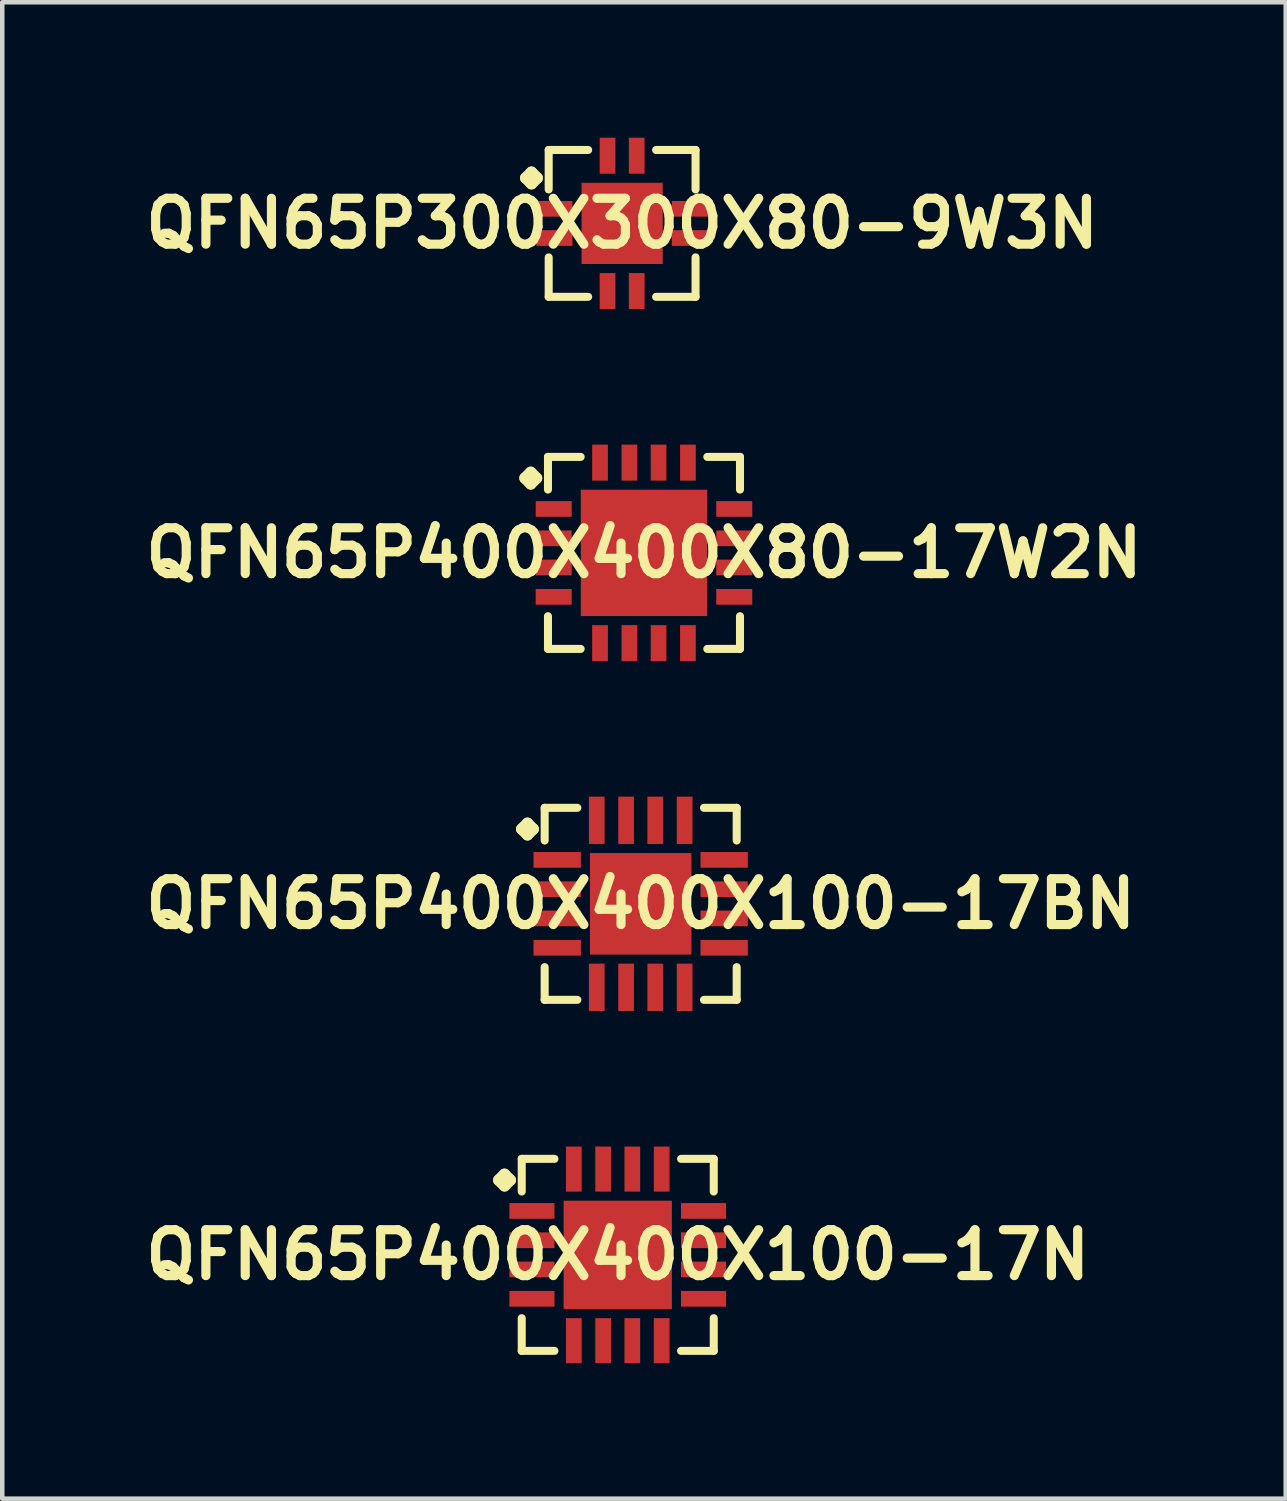
<source format=kicad_pcb>
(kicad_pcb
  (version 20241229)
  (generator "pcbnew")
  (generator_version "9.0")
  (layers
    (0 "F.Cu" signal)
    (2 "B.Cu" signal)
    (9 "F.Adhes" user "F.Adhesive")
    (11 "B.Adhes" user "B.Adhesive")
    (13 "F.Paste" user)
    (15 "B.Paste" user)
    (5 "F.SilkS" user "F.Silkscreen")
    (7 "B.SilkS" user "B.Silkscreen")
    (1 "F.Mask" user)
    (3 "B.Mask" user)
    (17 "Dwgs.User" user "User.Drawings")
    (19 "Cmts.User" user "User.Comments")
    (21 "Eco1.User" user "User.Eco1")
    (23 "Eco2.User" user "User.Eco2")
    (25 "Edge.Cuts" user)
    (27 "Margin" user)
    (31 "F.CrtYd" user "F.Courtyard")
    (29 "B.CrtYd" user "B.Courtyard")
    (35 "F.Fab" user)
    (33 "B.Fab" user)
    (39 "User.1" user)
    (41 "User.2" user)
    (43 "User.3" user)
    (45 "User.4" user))
  (footprint "QFN65P300X300X80-9W3N"
    (layer "F.Cu")
    (at 10.726 1.897)
    (property "Reference" "QFN65P300X300X80-9W3N" (at 0 0 0) (layer "F.SilkS") (effects (font (size 1.016 1.016) (thickness 0.203))))
    (attr smd)
    (fp_line (start -2.134 -1.006) (end -2.007 -1.133) (stroke (width 0.254) (type solid)) (layer "F.SilkS"))
    (fp_line (start -2.007 -1.133) (end -1.88 -1.006) (stroke (width 0.254) (type solid)) (layer "F.SilkS"))
    (fp_line (start -2.007 -0.879) (end -2.134 -1.006) (stroke (width 0.254) (type solid)) (layer "F.SilkS"))
    (fp_line (start -1.88 -1.006) (end -2.007 -0.879) (stroke (width 0.254) (type solid)) (layer "F.SilkS"))
    (fp_line (start -1.626 -1.626) (end -0.752 -1.626) (stroke (width 0.178) (type solid)) (layer "F.SilkS"))
    (fp_line (start -1.626 -0.752) (end -1.626 -1.626) (stroke (width 0.178) (type solid)) (layer "F.SilkS"))
    (fp_line (start -1.626 0.752) (end -1.626 1.626) (stroke (width 0.178) (type solid)) (layer "F.SilkS"))
    (fp_line (start -1.626 1.626) (end -0.752 1.626) (stroke (width 0.178) (type solid)) (layer "F.SilkS"))
    (fp_line (start 0.752 -1.626) (end 1.626 -1.626) (stroke (width 0.178) (type solid)) (layer "F.SilkS"))
    (fp_line (start 0.752 1.626) (end 1.626 1.626) (stroke (width 0.178) (type solid)) (layer "F.SilkS"))
    (fp_line (start 1.626 -1.626) (end 1.626 -0.752) (stroke (width 0.178) (type solid)) (layer "F.SilkS"))
    (fp_line (start 1.626 1.626) (end 1.626 0.752) (stroke (width 0.178) (type solid)) (layer "F.SilkS"))
    (pad "1" smd rect (at -1.499 -0.323) (size 0.798 0.348) (layers "F.Cu" "F.Mask" "F.Paste"))
    (pad "2" smd rect (at -1.499 0.323) (size 0.798 0.348) (layers "F.Cu" "F.Mask" "F.Paste"))
    (pad "3" smd rect (at -0.323 1.499) (size 0.348 0.798) (layers "F.Cu" "F.Mask" "F.Paste"))
    (pad "4" smd rect (at 0.323 1.499) (size 0.348 0.798) (layers "F.Cu" "F.Mask" "F.Paste"))
    (pad "5" smd rect (at 1.499 0.323) (size 0.798 0.348) (layers "F.Cu" "F.Mask" "F.Paste"))
    (pad "6" smd rect (at 1.499 -0.323) (size 0.798 0.348) (layers "F.Cu" "F.Mask" "F.Paste"))
    (pad "7" smd rect (at 0.323 -1.499) (size 0.348 0.798) (layers "F.Cu" "F.Mask" "F.Paste"))
    (pad "8" smd rect (at -0.323 -1.499) (size 0.348 0.798) (layers "F.Cu" "F.Mask" "F.Paste"))
    (pad "9" smd rect (at 0 0) (size 1.798 1.798) (layers "F.Cu" "F.Mask" "F.Paste")))
  (footprint "QFN65P400X400X100-17BN"
    (layer "F.Cu")
    (at 11.137 16.964)
    (property "Reference" "QFN65P400X400X100-17BN" (at 0 0 0) (layer "F.SilkS") (effects (font (size 1.016 1.016) (thickness 0.203))))
    (attr smd)
    (fp_line (start -2.634 -1.656) (end -2.507 -1.783) (stroke (width 0.254) (type solid)) (layer "F.SilkS"))
    (fp_line (start -2.507 -1.783) (end -2.38 -1.656) (stroke (width 0.254) (type solid)) (layer "F.SilkS"))
    (fp_line (start -2.507 -1.529) (end -2.634 -1.656) (stroke (width 0.254) (type solid)) (layer "F.SilkS"))
    (fp_line (start -2.38 -1.656) (end -2.507 -1.529) (stroke (width 0.254) (type solid)) (layer "F.SilkS"))
    (fp_line (start -2.126 -2.126) (end -1.402 -2.126) (stroke (width 0.178) (type solid)) (layer "F.SilkS"))
    (fp_line (start -2.126 -1.402) (end -2.126 -2.126) (stroke (width 0.178) (type solid)) (layer "F.SilkS"))
    (fp_line (start -2.126 1.402) (end -2.126 2.126) (stroke (width 0.178) (type solid)) (layer "F.SilkS"))
    (fp_line (start -2.126 2.126) (end -1.402 2.126) (stroke (width 0.178) (type solid)) (layer "F.SilkS"))
    (fp_line (start 1.402 -2.126) (end 2.126 -2.126) (stroke (width 0.178) (type solid)) (layer "F.SilkS"))
    (fp_line (start 1.402 2.126) (end 2.126 2.126) (stroke (width 0.178) (type solid)) (layer "F.SilkS"))
    (fp_line (start 2.126 -2.126) (end 2.126 -1.402) (stroke (width 0.178) (type solid)) (layer "F.SilkS"))
    (fp_line (start 2.126 2.126) (end 2.126 1.402) (stroke (width 0.178) (type solid)) (layer "F.SilkS"))
    (pad "1" smd rect (at -1.849 -0.973) (size 1.049 0.348) (layers "F.Cu" "F.Mask" "F.Paste"))
    (pad "2" smd rect (at -1.849 -0.323) (size 1.049 0.348) (layers "F.Cu" "F.Mask" "F.Paste"))
    (pad "3" smd rect (at -1.849 0.323) (size 1.049 0.348) (layers "F.Cu" "F.Mask" "F.Paste"))
    (pad "4" smd rect (at -1.849 0.973) (size 1.049 0.348) (layers "F.Cu" "F.Mask" "F.Paste"))
    (pad "5" smd rect (at -0.973 1.849) (size 0.348 1.049) (layers "F.Cu" "F.Mask" "F.Paste"))
    (pad "6" smd rect (at -0.323 1.849) (size 0.348 1.049) (layers "F.Cu" "F.Mask" "F.Paste"))
    (pad "7" smd rect (at 0.323 1.849) (size 0.348 1.049) (layers "F.Cu" "F.Mask" "F.Paste"))
    (pad "8" smd rect (at 0.973 1.849) (size 0.348 1.049) (layers "F.Cu" "F.Mask" "F.Paste"))
    (pad "9" smd rect (at 1.849 0.973) (size 1.049 0.348) (layers "F.Cu" "F.Mask" "F.Paste"))
    (pad "10" smd rect (at 1.849 0.323) (size 1.049 0.348) (layers "F.Cu" "F.Mask" "F.Paste"))
    (pad "11" smd rect (at 1.849 -0.323) (size 1.049 0.348) (layers "F.Cu" "F.Mask" "F.Paste"))
    (pad "12" smd rect (at 1.849 -0.973) (size 1.049 0.348) (layers "F.Cu" "F.Mask" "F.Paste"))
    (pad "13" smd rect (at 0.973 -1.849) (size 0.348 1.049) (layers "F.Cu" "F.Mask" "F.Paste"))
    (pad "14" smd rect (at 0.323 -1.849) (size 0.348 1.049) (layers "F.Cu" "F.Mask" "F.Paste"))
    (pad "15" smd rect (at -0.323 -1.849) (size 0.348 1.049) (layers "F.Cu" "F.Mask" "F.Paste"))
    (pad "16" smd rect (at -0.973 -1.849) (size 0.348 1.049) (layers "F.Cu" "F.Mask" "F.Paste"))
    (pad "17" smd rect (at 0 0) (size 2.248 2.248) (layers "F.Cu" "F.Mask" "F.Paste")))
  (footprint "QFN65P400X400X100-17N"
    (layer "F.Cu")
    (at 10.629 24.737)
    (property "Reference" "QFN65P400X400X100-17N" (at 0 0 0) (layer "F.SilkS") (effects (font (size 1.016 1.016) (thickness 0.203))))
    (attr smd)
    (fp_line (start -2.634 -1.656) (end -2.507 -1.783) (stroke (width 0.254) (type solid)) (layer "F.SilkS"))
    (fp_line (start -2.507 -1.783) (end -2.38 -1.656) (stroke (width 0.254) (type solid)) (layer "F.SilkS"))
    (fp_line (start -2.507 -1.529) (end -2.634 -1.656) (stroke (width 0.254) (type solid)) (layer "F.SilkS"))
    (fp_line (start -2.38 -1.656) (end -2.507 -1.529) (stroke (width 0.254) (type solid)) (layer "F.SilkS"))
    (fp_line (start -2.126 -2.126) (end -1.402 -2.126) (stroke (width 0.178) (type solid)) (layer "F.SilkS"))
    (fp_line (start -2.126 -1.402) (end -2.126 -2.126) (stroke (width 0.178) (type solid)) (layer "F.SilkS"))
    (fp_line (start -2.126 1.402) (end -2.126 2.126) (stroke (width 0.178) (type solid)) (layer "F.SilkS"))
    (fp_line (start -2.126 2.126) (end -1.402 2.126) (stroke (width 0.178) (type solid)) (layer "F.SilkS"))
    (fp_line (start 1.402 -2.126) (end 2.126 -2.126) (stroke (width 0.178) (type solid)) (layer "F.SilkS"))
    (fp_line (start 1.402 2.126) (end 2.126 2.126) (stroke (width 0.178) (type solid)) (layer "F.SilkS"))
    (fp_line (start 2.126 -2.126) (end 2.126 -1.402) (stroke (width 0.178) (type solid)) (layer "F.SilkS"))
    (fp_line (start 2.126 2.126) (end 2.126 1.402) (stroke (width 0.178) (type solid)) (layer "F.SilkS"))
    (pad "1" smd rect (at -1.9 -0.973) (size 0.998 0.348) (layers "F.Cu" "F.Mask" "F.Paste"))
    (pad "2" smd rect (at -1.9 -0.323) (size 0.998 0.348) (layers "F.Cu" "F.Mask" "F.Paste"))
    (pad "3" smd rect (at -1.9 0.323) (size 0.998 0.348) (layers "F.Cu" "F.Mask" "F.Paste"))
    (pad "4" smd rect (at -1.9 0.973) (size 0.998 0.348) (layers "F.Cu" "F.Mask" "F.Paste"))
    (pad "5" smd rect (at -0.973 1.9) (size 0.348 0.998) (layers "F.Cu" "F.Mask" "F.Paste"))
    (pad "6" smd rect (at -0.323 1.9) (size 0.348 0.998) (layers "F.Cu" "F.Mask" "F.Paste"))
    (pad "7" smd rect (at 0.323 1.9) (size 0.348 0.998) (layers "F.Cu" "F.Mask" "F.Paste"))
    (pad "8" smd rect (at 0.973 1.9) (size 0.348 0.998) (layers "F.Cu" "F.Mask" "F.Paste"))
    (pad "9" smd rect (at 1.9 0.973) (size 0.998 0.348) (layers "F.Cu" "F.Mask" "F.Paste"))
    (pad "10" smd rect (at 1.9 0.323) (size 0.998 0.348) (layers "F.Cu" "F.Mask" "F.Paste"))
    (pad "11" smd rect (at 1.9 -0.323) (size 0.998 0.348) (layers "F.Cu" "F.Mask" "F.Paste"))
    (pad "12" smd rect (at 1.9 -0.973) (size 0.998 0.348) (layers "F.Cu" "F.Mask" "F.Paste"))
    (pad "13" smd rect (at 0.973 -1.9) (size 0.348 0.998) (layers "F.Cu" "F.Mask" "F.Paste"))
    (pad "14" smd rect (at 0.323 -1.9) (size 0.348 0.998) (layers "F.Cu" "F.Mask" "F.Paste"))
    (pad "15" smd rect (at -0.323 -1.9) (size 0.348 0.998) (layers "F.Cu" "F.Mask" "F.Paste"))
    (pad "16" smd rect (at -0.973 -1.9) (size 0.348 0.998) (layers "F.Cu" "F.Mask" "F.Paste"))
    (pad "17" smd rect (at 0 0) (size 2.398 2.398) (layers "F.Cu" "F.Mask" "F.Paste")))
  (footprint "QFN65P400X400X80-17W2N"
    (layer "F.Cu")
    (at 11.21 9.193)
    (property "Reference" "QFN65P400X400X80-17W2N" (at 0 0 0) (layer "F.SilkS") (effects (font (size 1.016 1.016) (thickness 0.203))))
    (attr smd)
    (fp_line (start -2.634 -1.656) (end -2.507 -1.783) (stroke (width 0.254) (type solid)) (layer "F.SilkS"))
    (fp_line (start -2.507 -1.783) (end -2.38 -1.656) (stroke (width 0.254) (type solid)) (layer "F.SilkS"))
    (fp_line (start -2.507 -1.529) (end -2.634 -1.656) (stroke (width 0.254) (type solid)) (layer "F.SilkS"))
    (fp_line (start -2.38 -1.656) (end -2.507 -1.529) (stroke (width 0.254) (type solid)) (layer "F.SilkS"))
    (fp_line (start -2.126 -2.126) (end -1.402 -2.126) (stroke (width 0.178) (type solid)) (layer "F.SilkS"))
    (fp_line (start -2.126 -1.402) (end -2.126 -2.126) (stroke (width 0.178) (type solid)) (layer "F.SilkS"))
    (fp_line (start -2.126 1.402) (end -2.126 2.126) (stroke (width 0.178) (type solid)) (layer "F.SilkS"))
    (fp_line (start -2.126 2.126) (end -1.402 2.126) (stroke (width 0.178) (type solid)) (layer "F.SilkS"))
    (fp_line (start 1.402 -2.126) (end 2.126 -2.126) (stroke (width 0.178) (type solid)) (layer "F.SilkS"))
    (fp_line (start 1.402 2.126) (end 2.126 2.126) (stroke (width 0.178) (type solid)) (layer "F.SilkS"))
    (fp_line (start 2.126 -2.126) (end 2.126 -1.402) (stroke (width 0.178) (type solid)) (layer "F.SilkS"))
    (fp_line (start 2.126 2.126) (end 2.126 1.402) (stroke (width 0.178) (type solid)) (layer "F.SilkS"))
    (pad "1" smd rect (at -1.999 -0.973) (size 0.798 0.348) (layers "F.Cu" "F.Mask" "F.Paste"))
    (pad "2" smd rect (at -1.999 -0.323) (size 0.798 0.348) (layers "F.Cu" "F.Mask" "F.Paste"))
    (pad "3" smd rect (at -1.999 0.323) (size 0.798 0.348) (layers "F.Cu" "F.Mask" "F.Paste"))
    (pad "4" smd rect (at -1.999 0.973) (size 0.798 0.348) (layers "F.Cu" "F.Mask" "F.Paste"))
    (pad "5" smd rect (at -0.973 1.999) (size 0.348 0.798) (layers "F.Cu" "F.Mask" "F.Paste"))
    (pad "6" smd rect (at -0.323 1.999) (size 0.348 0.798) (layers "F.Cu" "F.Mask" "F.Paste"))
    (pad "7" smd rect (at 0.323 1.999) (size 0.348 0.798) (layers "F.Cu" "F.Mask" "F.Paste"))
    (pad "8" smd rect (at 0.973 1.999) (size 0.348 0.798) (layers "F.Cu" "F.Mask" "F.Paste"))
    (pad "9" smd rect (at 1.999 0.973) (size 0.798 0.348) (layers "F.Cu" "F.Mask" "F.Paste"))
    (pad "10" smd rect (at 1.999 0.323) (size 0.798 0.348) (layers "F.Cu" "F.Mask" "F.Paste"))
    (pad "11" smd rect (at 1.999 -0.323) (size 0.798 0.348) (layers "F.Cu" "F.Mask" "F.Paste"))
    (pad "12" smd rect (at 1.999 -0.973) (size 0.798 0.348) (layers "F.Cu" "F.Mask" "F.Paste"))
    (pad "13" smd rect (at 0.973 -1.999) (size 0.348 0.798) (layers "F.Cu" "F.Mask" "F.Paste"))
    (pad "14" smd rect (at 0.323 -1.999) (size 0.348 0.798) (layers "F.Cu" "F.Mask" "F.Paste"))
    (pad "15" smd rect (at -0.323 -1.999) (size 0.348 0.798) (layers "F.Cu" "F.Mask" "F.Paste"))
    (pad "16" smd rect (at -0.973 -1.999) (size 0.348 0.798) (layers "F.Cu" "F.Mask" "F.Paste"))
    (pad "17" smd rect (at 0 0) (size 2.799 2.799) (layers "F.Cu" "F.Mask" "F.Paste")))
  (gr_rect
    (start -3 -3)
    (end 25.42 30.136)
    (stroke (width 0.1) (type default))
    (fill no)
    (layer "Edge.Cuts")))
</source>
